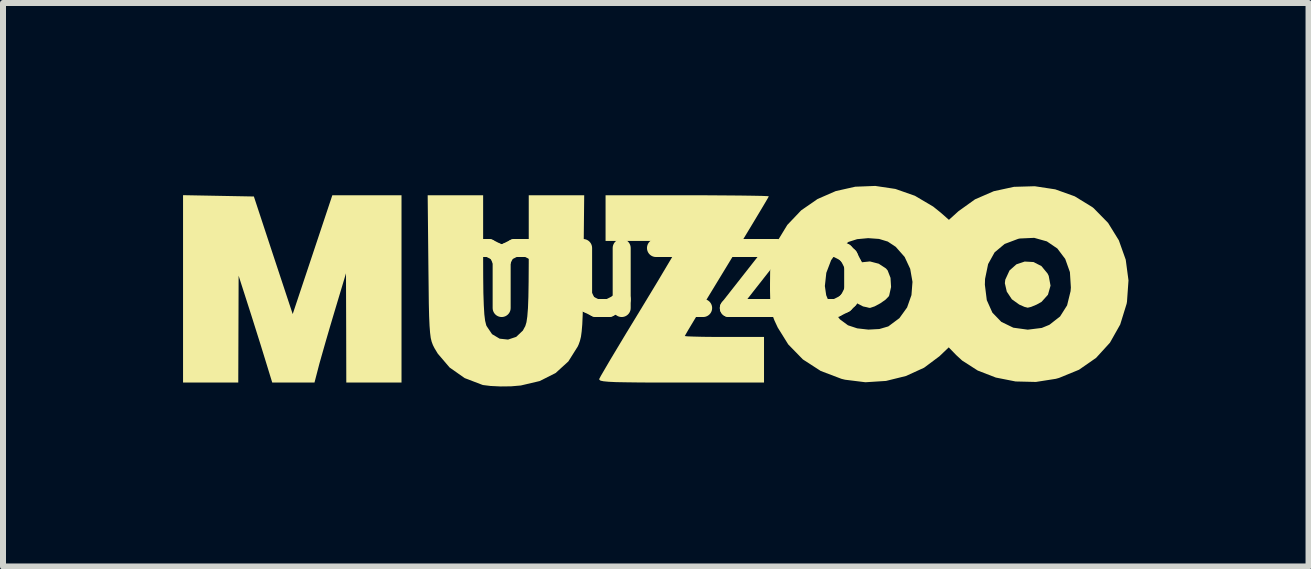
<source format=kicad_pcb>
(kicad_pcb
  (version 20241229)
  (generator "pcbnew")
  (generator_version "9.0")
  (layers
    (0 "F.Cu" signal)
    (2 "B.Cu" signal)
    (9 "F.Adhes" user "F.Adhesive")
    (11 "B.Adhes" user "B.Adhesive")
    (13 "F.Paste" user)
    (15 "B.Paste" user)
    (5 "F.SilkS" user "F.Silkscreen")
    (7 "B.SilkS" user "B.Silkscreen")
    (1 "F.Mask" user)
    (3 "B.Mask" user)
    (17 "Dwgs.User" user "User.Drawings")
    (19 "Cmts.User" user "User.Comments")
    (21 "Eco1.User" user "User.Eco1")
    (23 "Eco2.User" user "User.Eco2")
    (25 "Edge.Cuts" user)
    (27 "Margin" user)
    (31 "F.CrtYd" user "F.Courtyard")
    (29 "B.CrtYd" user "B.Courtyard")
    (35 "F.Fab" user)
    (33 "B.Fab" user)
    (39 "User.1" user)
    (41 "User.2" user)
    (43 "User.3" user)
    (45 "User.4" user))
  (footprint "muzzo"
    (layer "F.Cu")
    (at 7.88 1.404)
    (property "Reference" "muzzo" (at 0 0 0) (layer "F.SilkS") (effects (font (size 1.5 1.5) (thickness 0.3))))
    (attr board_only exclude_from_pos_files exclude_from_bom)
    (fp_poly (pts (xy 6.289 -0.088) (xy 6.422 -0.021) (xy 6.525 0.104) (xy 6.544 0.143) (xy 6.574 0.306) (xy 6.531 0.457) (xy 6.424 0.576) (xy 6.343 0.621) (xy 6.249 0.66) (xy 6.194 0.673) (xy 6.139 0.659) (xy 6.053 0.621) (xy 5.93 0.533) (xy 5.845 0.405) (xy 5.813 0.265) (xy 5.82 0.206) (xy 5.891 0.052) (xy 6.006 -0.05) (xy 6.144 -0.096)) (stroke (width 0) (type solid)) (fill yes) (layer "F.SilkS"))
    (fp_poly (pts (xy 3.711 -0.06) (xy 3.832 0.019) (xy 3.86 0.052) (xy 3.908 0.176) (xy 3.917 0.328) (xy 3.886 0.468) (xy 3.877 0.486) (xy 3.825 0.539) (xy 3.738 0.6) (xy 3.643 0.651) (xy 3.569 0.676) (xy 3.551 0.675) (xy 3.508 0.664) (xy 3.451 0.652) (xy 3.348 0.599) (xy 3.251 0.497) (xy 3.181 0.375) (xy 3.16 0.282) (xy 3.194 0.15) (xy 3.282 0.023) (xy 3.4 -0.07) (xy 3.431 -0.084) (xy 3.565 -0.098)) (stroke (width 0) (type solid)) (fill yes) (layer "F.SilkS"))
    (fp_poly (pts (xy -7.29 -1.191) (xy -6.7 -1.18) (xy -6.377 -0.2) (xy -6.053 0.779) (xy -5.723 -0.21) (xy -5.393 -1.2) (xy -4.817 -1.2) (xy -4.24 -1.2) (xy -4.24 0.36) (xy -4.24 1.92) (xy -4.7 1.92) (xy -5.16 1.92) (xy -5.162 1.01) (xy -5.165 0.1) (xy -5.363 0.76) (xy -5.434 0.999) (xy -5.502 1.232) (xy -5.561 1.439) (xy -5.607 1.601) (xy -5.625 1.67) (xy -5.69 1.92) (xy -6.042 1.92) (xy -6.394 1.92) (xy -6.52 1.51) (xy -6.586 1.296) (xy -6.666 1.042) (xy -6.747 0.785) (xy -6.8 0.62) (xy -6.954 0.14) (xy -6.957 1.03) (xy -6.96 1.92) (xy -7.42 1.92) (xy -7.88 1.92) (xy -7.88 0.359) (xy -7.88 -1.202)) (stroke (width 0) (type solid)) (fill yes) (layer "F.SilkS"))
    (fp_poly (pts (xy -3.342 -1.2) (xy -2.88 -1.2) (xy -2.88 -0.179) (xy -2.879 0.159) (xy -2.876 0.426) (xy -2.869 0.631) (xy -2.86 0.783) (xy -2.847 0.89) (xy -2.829 0.962) (xy -2.823 0.978) (xy -2.731 1.114) (xy -2.605 1.189) (xy -2.465 1.204) (xy -2.329 1.159) (xy -2.218 1.054) (xy -2.177 0.978) (xy -2.158 0.915) (xy -2.144 0.819) (xy -2.133 0.681) (xy -2.126 0.493) (xy -2.122 0.245) (xy -2.12 -0.071) (xy -2.12 -0.179) (xy -2.12 -1.2) (xy -1.658 -1.2) (xy -1.196 -1.2) (xy -1.208 -0.03) (xy -1.212 0.31) (xy -1.216 0.58) (xy -1.221 0.789) (xy -1.228 0.949) (xy -1.238 1.068) (xy -1.25 1.157) (xy -1.267 1.226) (xy -1.288 1.285) (xy -1.304 1.32) (xy -1.46 1.568) (xy -1.672 1.761) (xy -1.937 1.895) (xy -2.252 1.969) (xy -2.414 1.983) (xy -2.59 1.985) (xy -2.756 1.977) (xy -2.878 1.962) (xy -2.891 1.959) (xy -3.187 1.846) (xy -3.438 1.67) (xy -3.636 1.438) (xy -3.692 1.345) (xy -3.717 1.295) (xy -3.737 1.242) (xy -3.753 1.177) (xy -3.764 1.09) (xy -3.773 0.972) (xy -3.78 0.813) (xy -3.785 0.603) (xy -3.788 0.333) (xy -3.792 -0.008) (xy -3.792 -0.01) (xy -3.804 -1.2)) (stroke (width 0) (type solid)) (fill yes) (layer "F.SilkS"))
    (fp_poly (pts (xy 0.841 -1.2) (xy 1.135 -1.198) (xy 1.392 -1.196) (xy 1.605 -1.193) (xy 1.763 -1.19) (xy 1.857 -1.186) (xy 1.88 -1.183) (xy 1.86 -1.146) (xy 1.803 -1.049) (xy 1.714 -0.9) (xy 1.598 -0.707) (xy 1.459 -0.477) (xy 1.302 -0.219) (xy 1.18 -0.018) (xy 1.014 0.255) (xy 0.862 0.505) (xy 0.729 0.726) (xy 0.619 0.908) (xy 0.538 1.043) (xy 0.491 1.125) (xy 0.48 1.145) (xy 0.518 1.15) (xy 0.622 1.154) (xy 0.781 1.158) (xy 0.979 1.16) (xy 1.14 1.16) (xy 1.8 1.16) (xy 1.8 1.54) (xy 1.8 1.92) (xy 0.416 1.92) (xy 0.045 1.92) (xy -0.254 1.919) (xy -0.487 1.916) (xy -0.663 1.913) (xy -0.789 1.907) (xy -0.873 1.899) (xy -0.922 1.889) (xy -0.943 1.875) (xy -0.945 1.859) (xy -0.944 1.857) (xy -0.918 1.808) (xy -0.855 1.7) (xy -0.762 1.541) (xy -0.642 1.341) (xy -0.502 1.108) (xy -0.346 0.852) (xy -0.282 0.747) (xy -0.122 0.483) (xy 0.025 0.24) (xy 0.153 0.025) (xy 0.259 -0.153) (xy 0.335 -0.283) (xy 0.376 -0.358) (xy 0.382 -0.37) (xy 0.387 -0.396) (xy 0.37 -0.415) (xy 0.321 -0.428) (xy 0.229 -0.435) (xy 0.082 -0.439) (xy -0.13 -0.44) (xy -0.216 -0.44) (xy -0.84 -0.44) (xy -0.84 -0.82) (xy -0.84 -1.2) (xy 0.52 -1.2)) (stroke (width 0) (type solid)) (fill yes) (layer "F.SilkS"))
    (fp_poly (pts (xy 3.989 -1.306) (xy 4.314 -1.192) (xy 4.619 -1.012) (xy 4.742 -0.913) (xy 4.881 -0.791) (xy 5.039 -0.934) (xy 5.315 -1.132) (xy 5.628 -1.268) (xy 5.965 -1.341) (xy 6.311 -1.351) (xy 6.653 -1.299) (xy 6.977 -1.183) (xy 7.269 -1.004) (xy 7.294 -0.984) (xy 7.533 -0.74) (xy 7.712 -0.45) (xy 7.827 -0.127) (xy 7.873 0.218) (xy 7.848 0.573) (xy 7.842 0.607) (xy 7.735 0.953) (xy 7.564 1.256) (xy 7.333 1.509) (xy 7.048 1.707) (xy 6.716 1.843) (xy 6.662 1.858) (xy 6.33 1.91) (xy 5.992 1.902) (xy 5.663 1.837) (xy 5.361 1.72) (xy 5.102 1.554) (xy 5.003 1.463) (xy 4.878 1.334) (xy 4.722 1.483) (xy 4.467 1.673) (xy 4.165 1.811) (xy 3.833 1.893) (xy 3.49 1.915) (xy 3.151 1.873) (xy 3.09 1.858) (xy 2.745 1.727) (xy 2.448 1.535) (xy 2.204 1.285) (xy 2.029 1.004) (xy 1.973 0.884) (xy 1.936 0.785) (xy 1.914 0.684) (xy 1.904 0.559) (xy 1.9 0.387) (xy 1.9 0.312) (xy 2.814 0.312) (xy 2.836 0.464) (xy 2.928 0.688) (xy 3.065 0.867) (xy 3.199 0.966) (xy 3.353 1.017) (xy 3.539 1.038) (xy 3.723 1.028) (xy 3.87 0.985) (xy 3.872 0.984) (xy 4.056 0.847) (xy 4.184 0.669) (xy 4.257 0.462) (xy 4.27 0.291) (xy 5.48 0.291) (xy 5.512 0.547) (xy 5.605 0.755) (xy 5.754 0.909) (xy 5.954 1.006) (xy 6.195 1.039) (xy 6.428 1.01) (xy 6.555 0.958) (xy 6.733 0.819) (xy 6.85 0.634) (xy 6.908 0.398) (xy 6.913 0.337) (xy 6.897 0.08) (xy 6.819 -0.139) (xy 6.688 -0.313) (xy 6.513 -0.432) (xy 6.302 -0.491) (xy 6.062 -0.48) (xy 6.034 -0.474) (xy 5.809 -0.389) (xy 5.642 -0.249) (xy 5.534 -0.054) (xy 5.483 0.194) (xy 5.48 0.291) (xy 4.27 0.291) (xy 4.274 0.243) (xy 4.236 0.026) (xy 4.143 -0.173) (xy 3.995 -0.341) (xy 3.862 -0.429) (xy 3.717 -0.473) (xy 3.535 -0.486) (xy 3.352 -0.469) (xy 3.207 -0.423) (xy 3.044 -0.297) (xy 2.918 -0.118) (xy 2.838 0.092) (xy 2.814 0.312) (xy 1.9 0.312) (xy 1.9 0.28) (xy 1.902 0.073) (xy 1.909 -0.077) (xy 1.926 -0.19) (xy 1.955 -0.289) (xy 2.001 -0.395) (xy 2.007 -0.409) (xy 2.188 -0.706) (xy 2.419 -0.949) (xy 2.692 -1.138) (xy 2.995 -1.27) (xy 3.32 -1.343) (xy 3.654 -1.356)) (stroke (width 0) (type solid)) (fill yes) (layer "F.SilkS")))
  (gr_rect
    (start -3 -3)
    (end 18.753 6.389)
    (stroke (width 0.1) (type default))
    (fill no)
    (layer "Edge.Cuts")))
</source>
